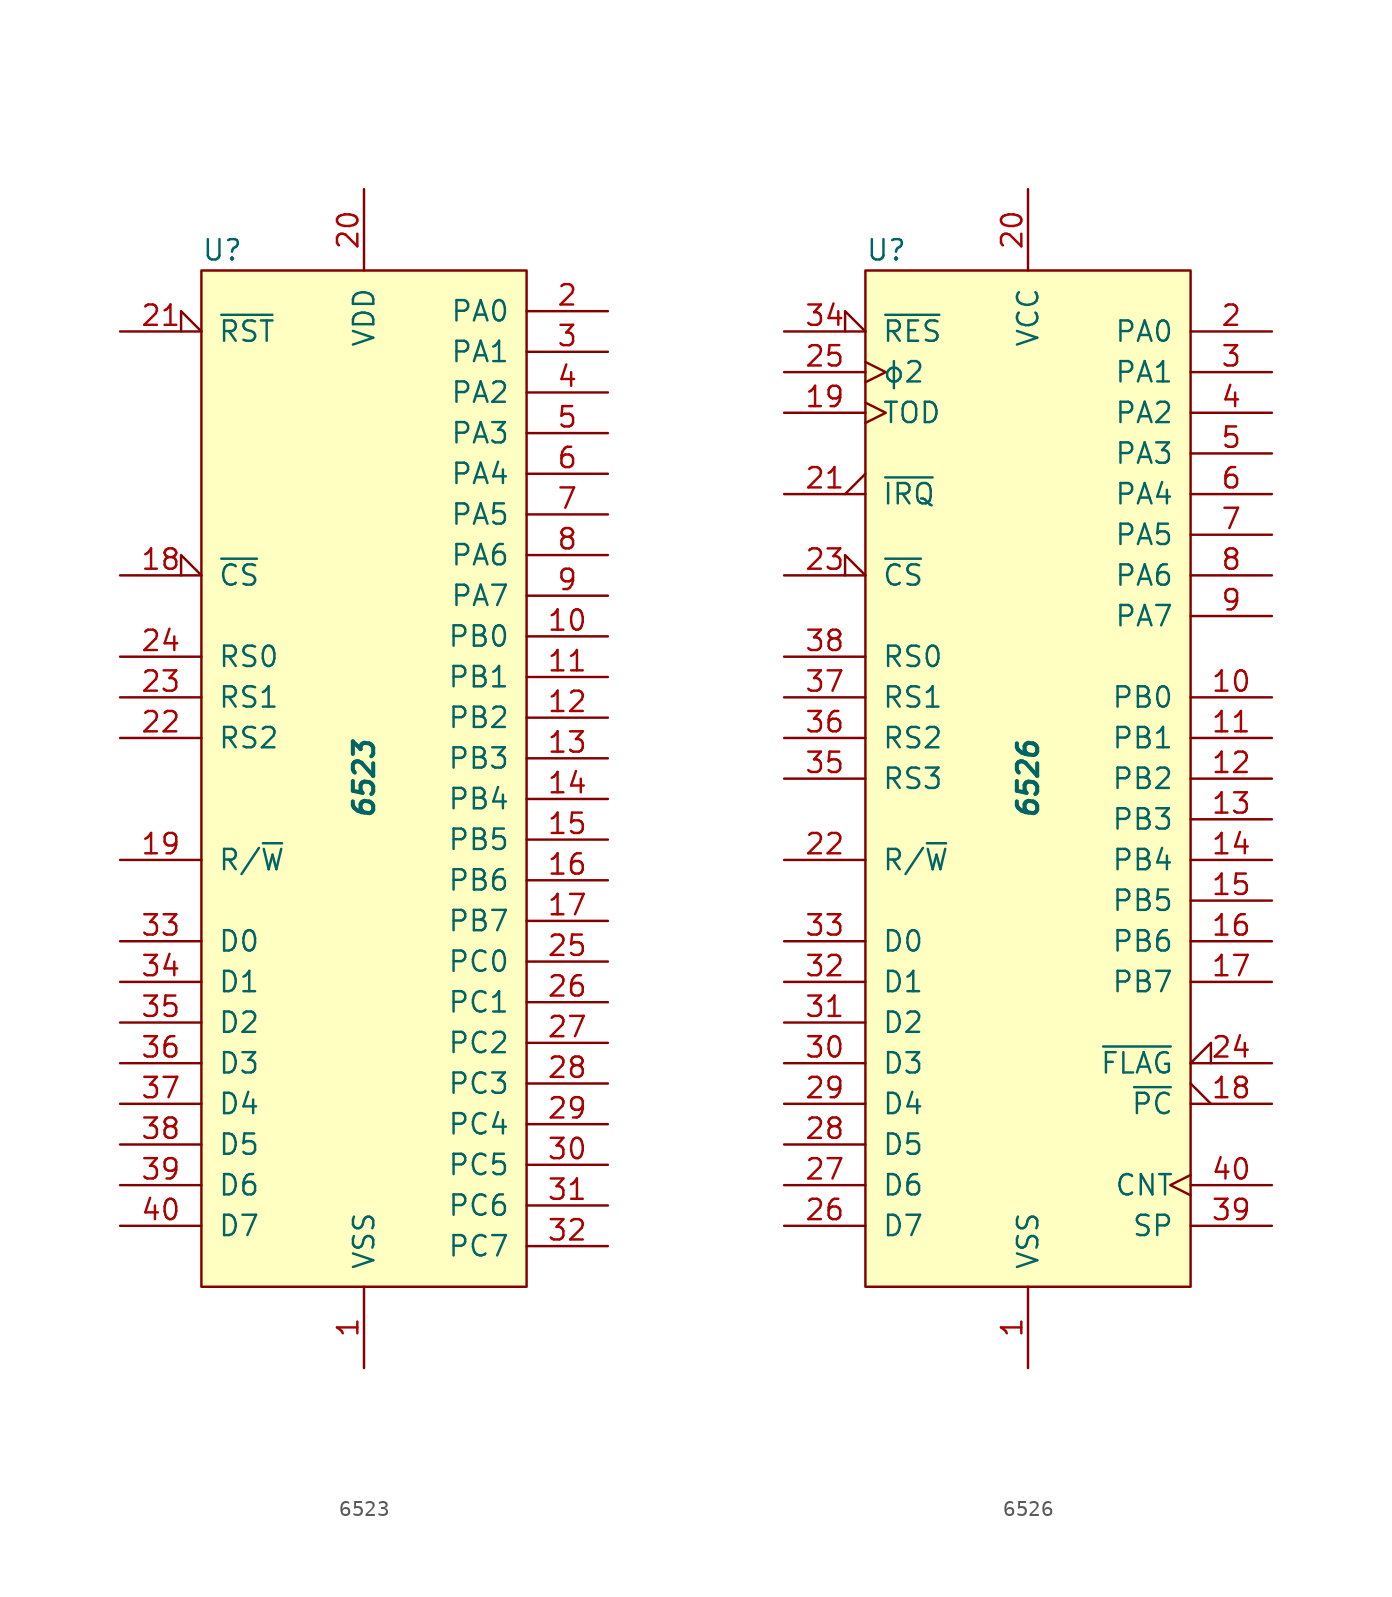
<source format=kicad_sym>
(kicad_symbol_lib
  (version 20201005)
  (generator kicad_symbol_editor)
  (symbol "6523"
    (pin_names
      (offset 1.016))
    (property "Reference" "U"
      (at -10.16 33.02 0)
      (effects (font (size 1.27 1.27)) (justify left)))
    (property "Value" "6523"
      (at 0 0 90)
      (effects (font (size 1.27 1.27) bold italic)))
    (symbol "6523_0_1"
      (rectangle (start -10.16 31.75) (end 10.16 -31.75) (stroke (width 0)) (fill (type background))))
    (symbol "6523_1_1"
      (pin power_in line (at 0 -36.83 90) (length 5.08) (name "VSS" (effects (font (size 1.27 1.27)))) (number "1" (effects (font (size 1.27 1.27)))))
      (pin bidirectional line (at 15.24 8.89 180) (length 5.08) (name "PB0" (effects (font (size 1.27 1.27)))) (number "10" (effects (font (size 1.27 1.27)))))
      (pin bidirectional line (at 15.24 6.35 180) (length 5.08) (name "PB1" (effects (font (size 1.27 1.27)))) (number "11" (effects (font (size 1.27 1.27)))))
      (pin bidirectional line (at 15.24 3.81 180) (length 5.08) (name "PB2" (effects (font (size 1.27 1.27)))) (number "12" (effects (font (size 1.27 1.27)))))
      (pin bidirectional line (at 15.24 1.27 180) (length 5.08) (name "PB3" (effects (font (size 1.27 1.27)))) (number "13" (effects (font (size 1.27 1.27)))))
      (pin bidirectional line (at 15.24 -1.27 180) (length 5.08) (name "PB4" (effects (font (size 1.27 1.27)))) (number "14" (effects (font (size 1.27 1.27)))))
      (pin bidirectional line (at 15.24 -3.81 180) (length 5.08) (name "PB5" (effects (font (size 1.27 1.27)))) (number "15" (effects (font (size 1.27 1.27)))))
      (pin bidirectional line (at 15.24 -6.35 180) (length 5.08) (name "PB6" (effects (font (size 1.27 1.27)))) (number "16" (effects (font (size 1.27 1.27)))))
      (pin bidirectional line (at 15.24 -8.89 180) (length 5.08) (name "PB7" (effects (font (size 1.27 1.27)))) (number "17" (effects (font (size 1.27 1.27)))))
      (pin input input_low (at -15.24 12.7 0) (length 5.08) (name "~CS" (effects (font (size 1.27 1.27)))) (number "18" (effects (font (size 1.27 1.27)))))
      (pin input line (at -15.24 -5.08 0) (length 5.08) (name "R/~W" (effects (font (size 1.27 1.27)))) (number "19" (effects (font (size 1.27 1.27)))))
      (pin bidirectional line (at 15.24 29.21 180) (length 5.08) (name "PA0" (effects (font (size 1.27 1.27)))) (number "2" (effects (font (size 1.27 1.27)))))
      (pin power_in line (at 0 36.83 270) (length 5.08) (name "VDD" (effects (font (size 1.27 1.27)))) (number "20" (effects (font (size 1.27 1.27)))))
      (pin input input_low (at -15.24 27.94 0) (length 5.08) (name "~RST" (effects (font (size 1.27 1.27)))) (number "21" (effects (font (size 1.27 1.27)))))
      (pin input line (at -15.24 2.54 0) (length 5.08) (name "RS2" (effects (font (size 1.27 1.27)))) (number "22" (effects (font (size 1.27 1.27)))))
      (pin input line (at -15.24 5.08 0) (length 5.08) (name "RS1" (effects (font (size 1.27 1.27)))) (number "23" (effects (font (size 1.27 1.27)))))
      (pin input line (at -15.24 7.62 0) (length 5.08) (name "RS0" (effects (font (size 1.27 1.27)))) (number "24" (effects (font (size 1.27 1.27)))))
      (pin bidirectional line (at 15.24 -11.43 180) (length 5.08) (name "PC0" (effects (font (size 1.27 1.27)))) (number "25" (effects (font (size 1.27 1.27)))))
      (pin bidirectional line (at 15.24 -13.97 180) (length 5.08) (name "PC1" (effects (font (size 1.27 1.27)))) (number "26" (effects (font (size 1.27 1.27)))))
      (pin bidirectional line (at 15.24 -16.51 180) (length 5.08) (name "PC2" (effects (font (size 1.27 1.27)))) (number "27" (effects (font (size 1.27 1.27)))))
      (pin bidirectional line (at 15.24 -19.05 180) (length 5.08) (name "PC3" (effects (font (size 1.27 1.27)))) (number "28" (effects (font (size 1.27 1.27)))))
      (pin bidirectional line (at 15.24 -21.59 180) (length 5.08) (name "PC4" (effects (font (size 1.27 1.27)))) (number "29" (effects (font (size 1.27 1.27)))))
      (pin bidirectional line (at 15.24 26.67 180) (length 5.08) (name "PA1" (effects (font (size 1.27 1.27)))) (number "3" (effects (font (size 1.27 1.27)))))
      (pin bidirectional line (at 15.24 -24.13 180) (length 5.08) (name "PC5" (effects (font (size 1.27 1.27)))) (number "30" (effects (font (size 1.27 1.27)))))
      (pin bidirectional line (at 15.24 -26.67 180) (length 5.08) (name "PC6" (effects (font (size 1.27 1.27)))) (number "31" (effects (font (size 1.27 1.27)))))
      (pin bidirectional line (at 15.24 -29.21 180) (length 5.08) (name "PC7" (effects (font (size 1.27 1.27)))) (number "32" (effects (font (size 1.27 1.27)))))
      (pin bidirectional line (at -15.24 -10.16 0) (length 5.08) (name "D0" (effects (font (size 1.27 1.27)))) (number "33" (effects (font (size 1.27 1.27)))))
      (pin bidirectional line (at -15.24 -12.7 0) (length 5.08) (name "D1" (effects (font (size 1.27 1.27)))) (number "34" (effects (font (size 1.27 1.27)))))
      (pin bidirectional line (at -15.24 -15.24 0) (length 5.08) (name "D2" (effects (font (size 1.27 1.27)))) (number "35" (effects (font (size 1.27 1.27)))))
      (pin bidirectional line (at -15.24 -17.78 0) (length 5.08) (name "D3" (effects (font (size 1.27 1.27)))) (number "36" (effects (font (size 1.27 1.27)))))
      (pin bidirectional line (at -15.24 -20.32 0) (length 5.08) (name "D4" (effects (font (size 1.27 1.27)))) (number "37" (effects (font (size 1.27 1.27)))))
      (pin bidirectional line (at -15.24 -22.86 0) (length 5.08) (name "D5" (effects (font (size 1.27 1.27)))) (number "38" (effects (font (size 1.27 1.27)))))
      (pin bidirectional line (at -15.24 -25.4 0) (length 5.08) (name "D6" (effects (font (size 1.27 1.27)))) (number "39" (effects (font (size 1.27 1.27)))))
      (pin bidirectional line (at 15.24 24.13 180) (length 5.08) (name "PA2" (effects (font (size 1.27 1.27)))) (number "4" (effects (font (size 1.27 1.27)))))
      (pin bidirectional line (at -15.24 -27.94 0) (length 5.08) (name "D7" (effects (font (size 1.27 1.27)))) (number "40" (effects (font (size 1.27 1.27)))))
      (pin bidirectional line (at 15.24 21.59 180) (length 5.08) (name "PA3" (effects (font (size 1.27 1.27)))) (number "5" (effects (font (size 1.27 1.27)))))
      (pin bidirectional line (at 15.24 19.05 180) (length 5.08) (name "PA4" (effects (font (size 1.27 1.27)))) (number "6" (effects (font (size 1.27 1.27)))))
      (pin bidirectional line (at 15.24 16.51 180) (length 5.08) (name "PA5" (effects (font (size 1.27 1.27)))) (number "7" (effects (font (size 1.27 1.27)))))
      (pin bidirectional line (at 15.24 13.97 180) (length 5.08) (name "PA6" (effects (font (size 1.27 1.27)))) (number "8" (effects (font (size 1.27 1.27)))))
      (pin bidirectional line (at 15.24 11.43 180) (length 5.08) (name "PA7" (effects (font (size 1.27 1.27)))) (number "9" (effects (font (size 1.27 1.27)))))))
  (symbol "6526"
    (pin_names
      (offset 1.016))
    (property "Reference" "U"
      (at -10.16 33.02 0)
      (effects (font (size 1.27 1.27)) (justify left)))
    (property "Value" "6526"
      (at 0 0 90)
      (effects (font (size 1.27 1.27) bold italic)))
    (symbol "6526_0_1"
      (rectangle (start -10.16 31.75) (end 10.16 -31.75) (stroke (width 0)) (fill (type background))))
    (symbol "6526_1_1"
      (pin power_in line (at 0 -36.83 90) (length 5.08) (name "VSS" (effects (font (size 1.27 1.27)))) (number "1" (effects (font (size 1.27 1.27)))))
      (pin bidirectional line (at 15.24 5.08 180) (length 5.08) (name "PB0" (effects (font (size 1.27 1.27)))) (number "10" (effects (font (size 1.27 1.27)))))
      (pin bidirectional line (at 15.24 2.54 180) (length 5.08) (name "PB1" (effects (font (size 1.27 1.27)))) (number "11" (effects (font (size 1.27 1.27)))))
      (pin bidirectional line (at 15.24 0 180) (length 5.08) (name "PB2" (effects (font (size 1.27 1.27)))) (number "12" (effects (font (size 1.27 1.27)))))
      (pin bidirectional line (at 15.24 -2.54 180) (length 5.08) (name "PB3" (effects (font (size 1.27 1.27)))) (number "13" (effects (font (size 1.27 1.27)))))
      (pin bidirectional line (at 15.24 -5.08 180) (length 5.08) (name "PB4" (effects (font (size 1.27 1.27)))) (number "14" (effects (font (size 1.27 1.27)))))
      (pin bidirectional line (at 15.24 -7.62 180) (length 5.08) (name "PB5" (effects (font (size 1.27 1.27)))) (number "15" (effects (font (size 1.27 1.27)))))
      (pin bidirectional line (at 15.24 -10.16 180) (length 5.08) (name "PB6" (effects (font (size 1.27 1.27)))) (number "16" (effects (font (size 1.27 1.27)))))
      (pin bidirectional line (at 15.24 -12.7 180) (length 5.08) (name "PB7" (effects (font (size 1.27 1.27)))) (number "17" (effects (font (size 1.27 1.27)))))
      (pin output output_low (at 15.24 -20.32 180) (length 5.08) (name "~PC" (effects (font (size 1.27 1.27)))) (number "18" (effects (font (size 1.27 1.27)))))
      (pin input clock (at -15.24 22.86 0) (length 5.08) (name "TOD" (effects (font (size 1.27 1.27)))) (number "19" (effects (font (size 1.27 1.27)))))
      (pin bidirectional line (at 15.24 27.94 180) (length 5.08) (name "PA0" (effects (font (size 1.27 1.27)))) (number "2" (effects (font (size 1.27 1.27)))))
      (pin power_in line (at 0 36.83 270) (length 5.08) (name "VCC" (effects (font (size 1.27 1.27)))) (number "20" (effects (font (size 1.27 1.27)))))
      (pin open_collector output_low (at -15.24 17.78 0) (length 5.08) (name "~IRQ" (effects (font (size 1.27 1.27)))) (number "21" (effects (font (size 1.27 1.27)))))
      (pin input line (at -15.24 -5.08 0) (length 5.08) (name "R/~W" (effects (font (size 1.27 1.27)))) (number "22" (effects (font (size 1.27 1.27)))))
      (pin input input_low (at -15.24 12.7 0) (length 5.08) (name "~CS" (effects (font (size 1.27 1.27)))) (number "23" (effects (font (size 1.27 1.27)))))
      (pin input input_low (at 15.24 -17.78 180) (length 5.08) (name "~FLAG" (effects (font (size 1.27 1.27)))) (number "24" (effects (font (size 1.27 1.27)))))
      (pin input clock (at -15.24 25.4 0) (length 5.08) (name "ϕ2" (effects (font (size 1.27 1.27)))) (number "25" (effects (font (size 1.27 1.27)))))
      (pin bidirectional line (at -15.24 -27.94 0) (length 5.08) (name "D7" (effects (font (size 1.27 1.27)))) (number "26" (effects (font (size 1.27 1.27)))))
      (pin bidirectional line (at -15.24 -25.4 0) (length 5.08) (name "D6" (effects (font (size 1.27 1.27)))) (number "27" (effects (font (size 1.27 1.27)))))
      (pin bidirectional line (at -15.24 -22.86 0) (length 5.08) (name "D5" (effects (font (size 1.27 1.27)))) (number "28" (effects (font (size 1.27 1.27)))))
      (pin bidirectional line (at -15.24 -20.32 0) (length 5.08) (name "D4" (effects (font (size 1.27 1.27)))) (number "29" (effects (font (size 1.27 1.27)))))
      (pin bidirectional line (at 15.24 25.4 180) (length 5.08) (name "PA1" (effects (font (size 1.27 1.27)))) (number "3" (effects (font (size 1.27 1.27)))))
      (pin bidirectional line (at -15.24 -17.78 0) (length 5.08) (name "D3" (effects (font (size 1.27 1.27)))) (number "30" (effects (font (size 1.27 1.27)))))
      (pin bidirectional line (at -15.24 -15.24 0) (length 5.08) (name "D2" (effects (font (size 1.27 1.27)))) (number "31" (effects (font (size 1.27 1.27)))))
      (pin bidirectional line (at -15.24 -12.7 0) (length 5.08) (name "D1" (effects (font (size 1.27 1.27)))) (number "32" (effects (font (size 1.27 1.27)))))
      (pin bidirectional line (at -15.24 -10.16 0) (length 5.08) (name "D0" (effects (font (size 1.27 1.27)))) (number "33" (effects (font (size 1.27 1.27)))))
      (pin input input_low (at -15.24 27.94 0) (length 5.08) (name "~RES" (effects (font (size 1.27 1.27)))) (number "34" (effects (font (size 1.27 1.27)))))
      (pin input line (at -15.24 0 0) (length 5.08) (name "RS3" (effects (font (size 1.27 1.27)))) (number "35" (effects (font (size 1.27 1.27)))))
      (pin input line (at -15.24 2.54 0) (length 5.08) (name "RS2" (effects (font (size 1.27 1.27)))) (number "36" (effects (font (size 1.27 1.27)))))
      (pin input line (at -15.24 5.08 0) (length 5.08) (name "RS1" (effects (font (size 1.27 1.27)))) (number "37" (effects (font (size 1.27 1.27)))))
      (pin input line (at -15.24 7.62 0) (length 5.08) (name "RS0" (effects (font (size 1.27 1.27)))) (number "38" (effects (font (size 1.27 1.27)))))
      (pin bidirectional line (at 15.24 -27.94 180) (length 5.08) (name "SP" (effects (font (size 1.27 1.27)))) (number "39" (effects (font (size 1.27 1.27)))))
      (pin bidirectional line (at 15.24 22.86 180) (length 5.08) (name "PA2" (effects (font (size 1.27 1.27)))) (number "4" (effects (font (size 1.27 1.27)))))
      (pin bidirectional clock (at 15.24 -25.4 180) (length 5.08) (name "CNT" (effects (font (size 1.27 1.27)))) (number "40" (effects (font (size 1.27 1.27)))))
      (pin bidirectional line (at 15.24 20.32 180) (length 5.08) (name "PA3" (effects (font (size 1.27 1.27)))) (number "5" (effects (font (size 1.27 1.27)))))
      (pin bidirectional line (at 15.24 17.78 180) (length 5.08) (name "PA4" (effects (font (size 1.27 1.27)))) (number "6" (effects (font (size 1.27 1.27)))))
      (pin bidirectional line (at 15.24 15.24 180) (length 5.08) (name "PA5" (effects (font (size 1.27 1.27)))) (number "7" (effects (font (size 1.27 1.27)))))
      (pin bidirectional line (at 15.24 12.7 180) (length 5.08) (name "PA6" (effects (font (size 1.27 1.27)))) (number "8" (effects (font (size 1.27 1.27)))))
      (pin bidirectional line (at 15.24 10.16 180) (length 5.08) (name "PA7" (effects (font (size 1.27 1.27)))) (number "9" (effects (font (size 1.27 1.27))))))))
</source>
